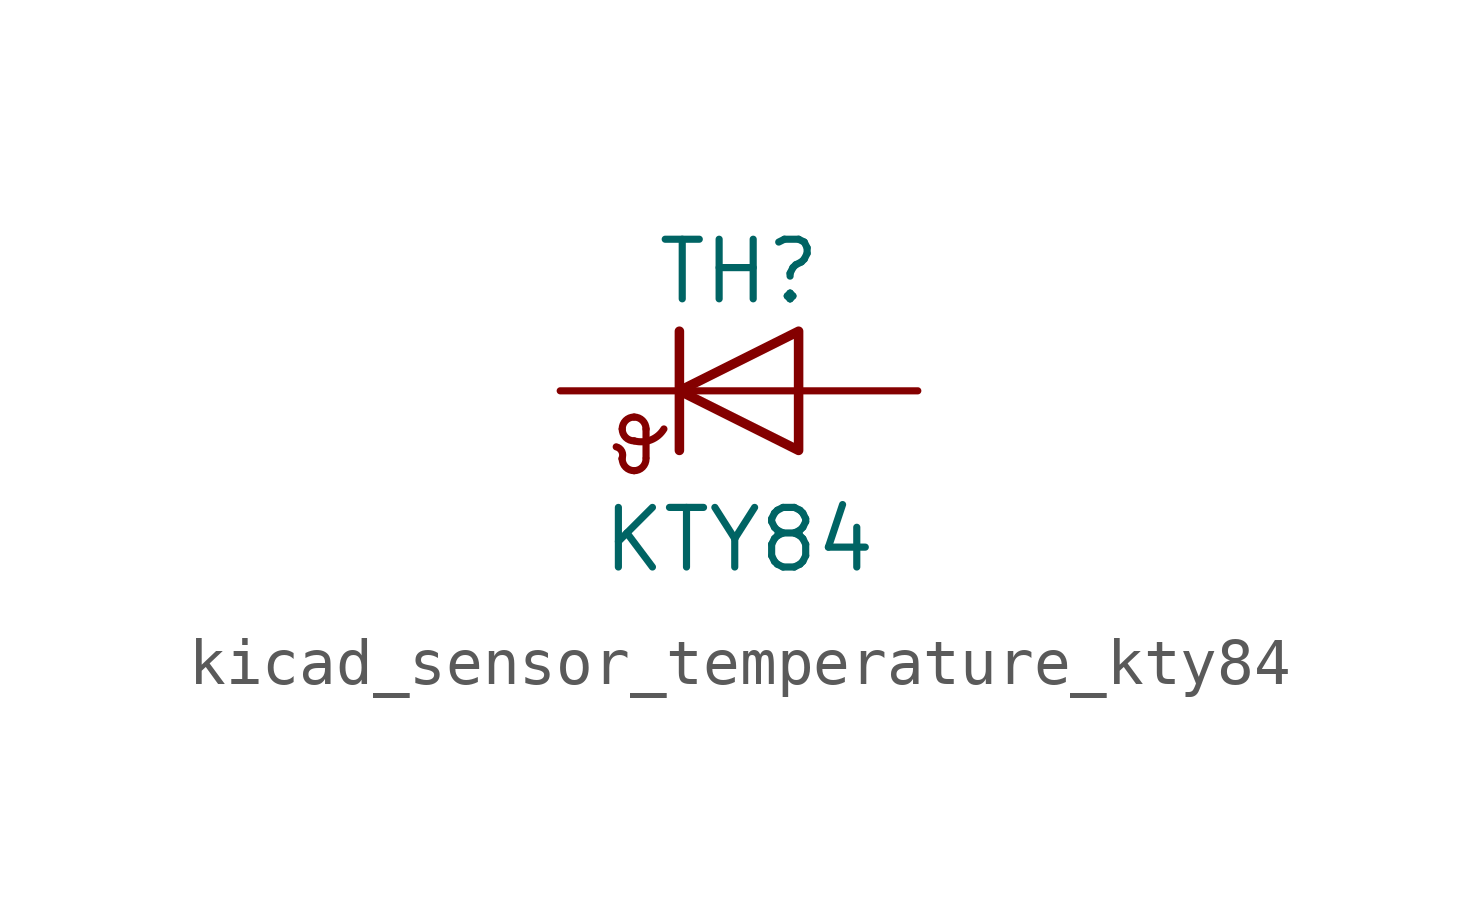
<source format=kicad_sym>
(kicad_symbol_lib
  (version 20220914)
  (generator kicad_symbol_editor)
  (symbol "kicad_sensor_temperature_kty84"
    (pin_numbers hide)
    (pin_names
      (offset 0) hide)
    (property "Reference" "TH"
      (at 0 2.54 0)
      (effects (font (size 1.27 1.27))))
    (property "Value" "KTY84"
      (at 0 -3.175 0)
      (effects (font (size 1.27 1.27))))
    (symbol "kicad_sensor_temperature_kty84_0_1"
      (arc (start -2.4892 -1.4478) (mid -2.4907 -1.2925) (end -2.6162 -1.1938) (stroke (width 0) (type default)) (fill (type none)))
      (arc (start -2.4892 -1.4478) (mid -2.4148 -1.6274) (end -2.2352 -1.7018) (stroke (width 0) (type default)) (fill (type none)))
      (arc (start -2.4892 -0.8128) (mid -2.4148 -0.9924) (end -2.2352 -1.0668) (stroke (width 0) (type default)) (fill (type none)))
      (arc (start -2.2352 -1.7018) (mid -2.0556 -1.6274) (end -1.9812 -1.4478) (stroke (width 0) (type default)) (fill (type none)))
      (arc (start -2.2352 -1.0668) (mid -1.8805 -1.0481) (end -1.6002 -0.8128) (stroke (width 0) (type default)) (fill (type none)))
      (arc (start -2.2352 -0.5588) (mid -2.4148 -0.6332) (end -2.4892 -0.8128) (stroke (width 0) (type default)) (fill (type none)))
      (arc (start -1.9812 -0.8128) (mid -2.0556 -0.6332) (end -2.2352 -0.5588) (stroke (width 0) (type default)) (fill (type none)))
      (polyline (pts (xy -1.981 -1.422) (xy -1.981 -0.813)) (stroke (width 0) (type default)) (fill (type none)))
      (polyline (pts (xy -1.27 1.27) (xy -1.27 -1.27)) (stroke (width 0.203) (type default)) (fill (type none)))
      (polyline (pts (xy 1.27 0) (xy -1.27 0)) (stroke (width 0) (type default)) (fill (type none)))
      (polyline (pts (xy 1.27 -1.27) (xy 1.27 1.27) (xy -1.27 0) (xy 1.27 -1.27)) (stroke (width 0.203) (type default)) (fill (type none))))
    (symbol "kicad_sensor_temperature_kty84_1_1"
      (pin passive line (at -3.81 0 0) (length 2.54) (name "K" (effects (font (size 1.27 1.27)))) (number "1" (effects (font (size 1.27 1.27)))))
      (pin passive line (at 3.81 0 180) (length 2.54) (name "A" (effects (font (size 1.27 1.27)))) (number "2" (effects (font (size 1.27 1.27))))))))
</source>
